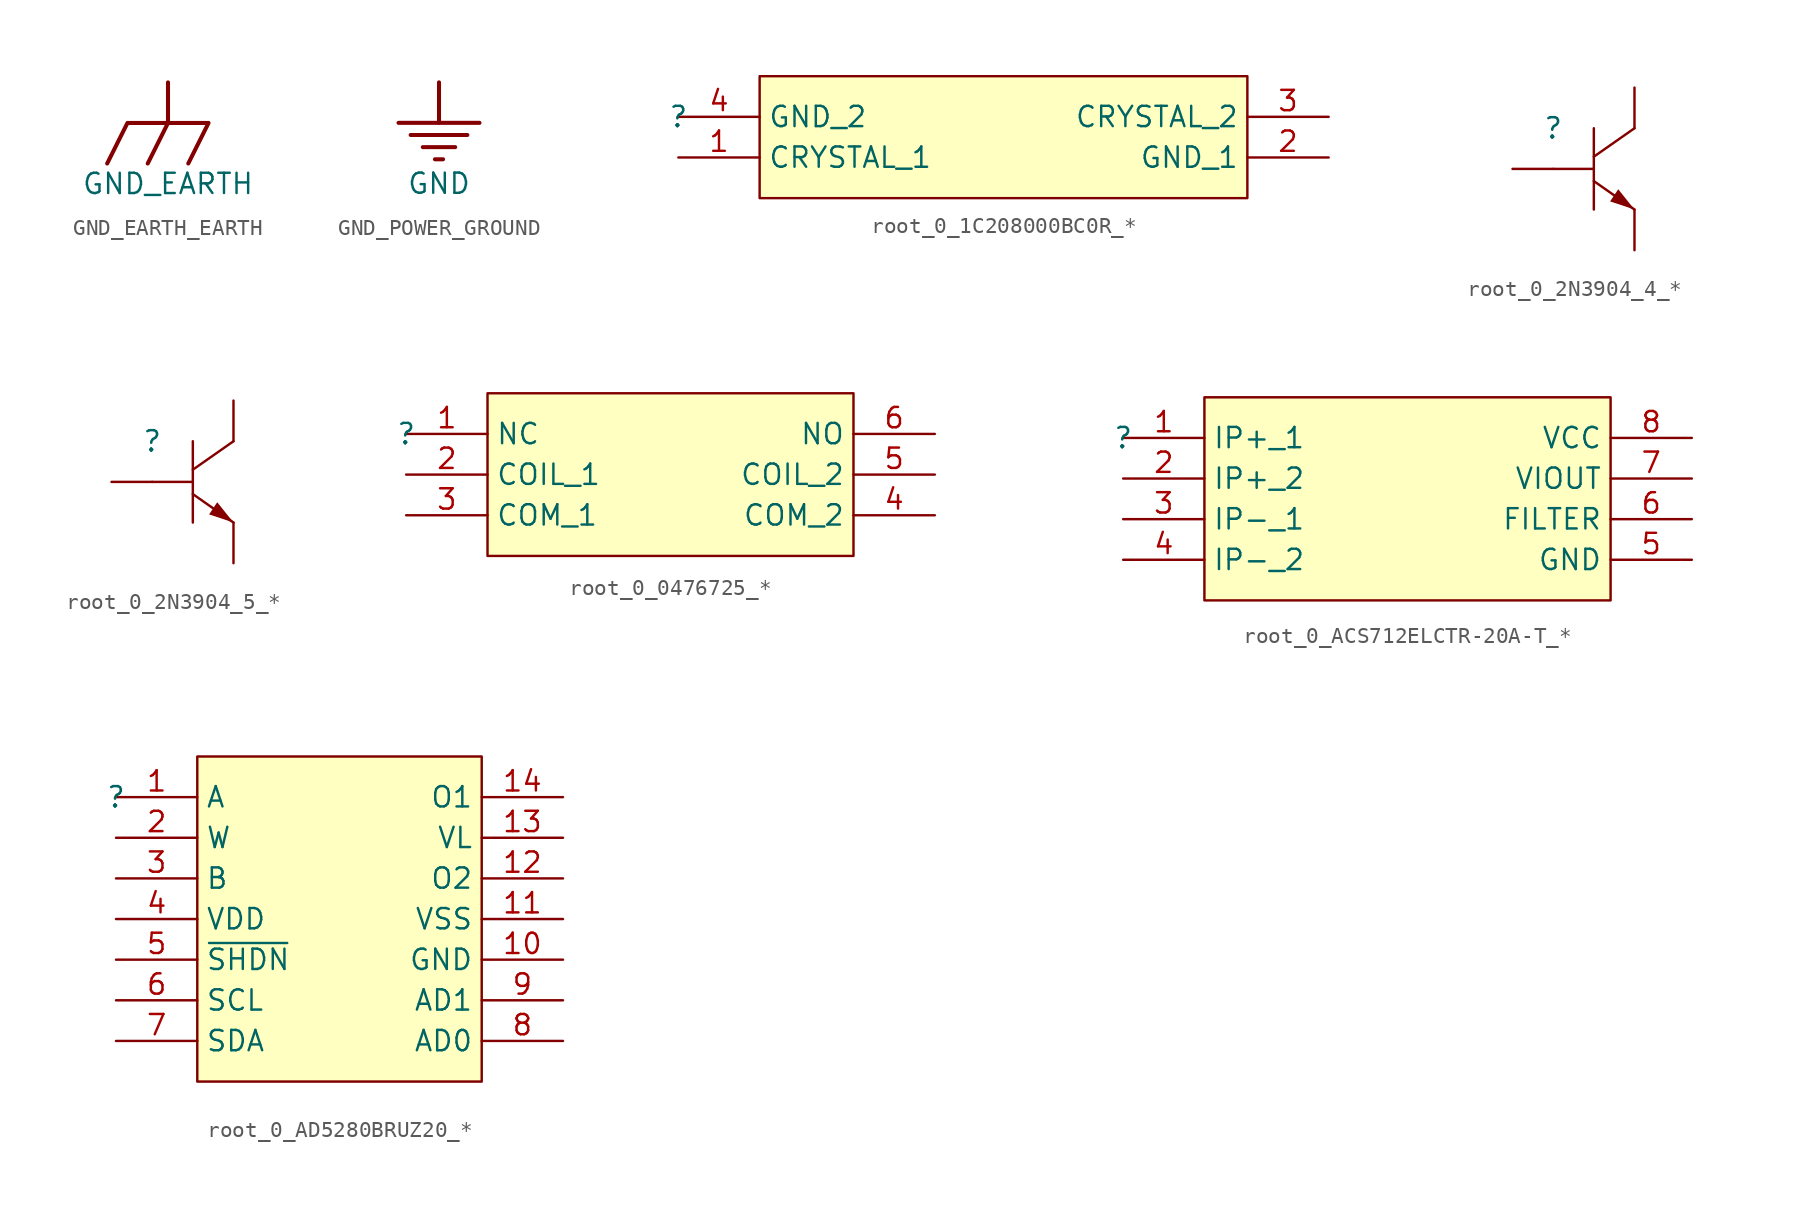
<source format=kicad_sym>
(kicad_symbol_lib
  (version 20241209)
  (generator "kicad_symbol_editor")
  (generator_version "9.0")
  (symbol "GND_EARTH_EARTH"
    (power)
    (property "Reference" "#PWR"
      (at 0 0 0)
      (effects (font (size 1.27 1.27)) (hide yes)))
    (property "Value" "GND_EARTH"
      (at 0 -6.35 0)
      (effects (font (size 1.27 1.27))))
    (symbol "GND_EARTH_EARTH_0_0"
      (polyline (pts (xy -3.81 -5.08) (xy -2.54 -2.54) (xy 2.54 -2.54) (xy 1.27 -5.08)) (stroke (width 0.254) (type solid)) (fill (type none)))
      (polyline (pts (xy 0 0) (xy 0 -2.54)) (stroke (width 0.254) (type solid)) (fill (type none)))
      (polyline (pts (xy 0 -2.54) (xy -1.27 -5.08)) (stroke (width 0.254) (type solid)) (fill (type none)))
      (pin power_in line (at 0 0 0) (length 0) (hide yes) (name "GND_EARTH" (effects (font (size 1.27 1.27)))) (number "" (effects (font (size 1.27 1.27)))))))
  (symbol "GND_POWER_GROUND"
    (power)
    (property "Reference" "#PWR"
      (at 0 0 0)
      (effects (font (size 1.27 1.27)) (hide yes)))
    (property "Value" "GND"
      (at 0 -6.35 0)
      (effects (font (size 1.27 1.27))))
    (symbol "GND_POWER_GROUND_0_0"
      (polyline (pts (xy -2.54 -2.54) (xy 2.54 -2.54)) (stroke (width 0.254) (type solid)) (fill (type none)))
      (polyline (pts (xy -1.778 -3.302) (xy 1.778 -3.302)) (stroke (width 0.254) (type solid)) (fill (type none)))
      (polyline (pts (xy -1.016 -4.064) (xy 1.016 -4.064)) (stroke (width 0.254) (type solid)) (fill (type none)))
      (polyline (pts (xy -0.254 -4.826) (xy 0.254 -4.826)) (stroke (width 0.254) (type solid)) (fill (type none)))
      (polyline (pts (xy 0 0) (xy 0 -2.54)) (stroke (width 0.254) (type solid)) (fill (type none)))
      (pin power_in line (at 0 0 0) (length 0) (hide yes) (name "GND" (effects (font (size 1.27 1.27)))) (number "" (effects (font (size 1.27 1.27)))))))
  (symbol "root_0_1C208000BC0R_*"
    (property "Reference" ""
      (at 0 0 0)
      (effects (font (size 1.27 1.27))))
    (property "Value" ""
      (at 0 0 0)
      (effects (font (size 1.27 1.27))))
    (symbol "root_0_1C208000BC0R_*_1_0"
      (rectangle (start 35.56 2.54) (end 5.08 -5.08) (stroke (width 0) (type solid) (color 128 0 0 1)) (fill (type background)))
      (pin passive line (at 0 0 0) (length 5.08) (name "GND_2" (effects (font (size 1.27 1.27)))) (number "4" (effects (font (size 1.27 1.27)))))
      (pin passive line (at 0 -2.54 0) (length 5.08) (name "CRYSTAL_1" (effects (font (size 1.27 1.27)))) (number "1" (effects (font (size 1.27 1.27)))))
      (pin passive line (at 40.64 0 180) (length 5.08) (name "CRYSTAL_2" (effects (font (size 1.27 1.27)))) (number "3" (effects (font (size 1.27 1.27)))))
      (pin passive line (at 40.64 -2.54 180) (length 5.08) (name "GND_1" (effects (font (size 1.27 1.27)))) (number "2" (effects (font (size 1.27 1.27)))))))
  (symbol "root_0_2N3904_4_*"
    (pin_numbers
      (hide yes))
    (pin_names
      (hide yes))
    (property "Reference" ""
      (at 0 0 0)
      (effects (font (size 1.27 1.27))))
    (property "Value" ""
      (at 0 0 0)
      (effects (font (size 1.27 1.27))))
    (symbol "root_0_2N3904_4_*_1_0"
      (polyline (pts (xy 2.54 0) (xy 2.54 -5.08)) (stroke (width 0) (type solid)) (fill (type none)))
      (polyline (pts (xy 2.54 -2.54) (xy 0 -2.54)) (stroke (width 0) (type solid)) (fill (type none)))
      (polyline (pts (xy 2.54 -3.302) (xy 5.08 -5.08)) (stroke (width 0) (type solid)) (fill (type none)))
      (polyline (pts (xy 5.08 0) (xy 2.54 -1.778)) (stroke (width 0) (type solid)) (fill (type none)))
      (polyline (pts (xy 5.08 -5.08) (xy 4.064 -3.81) (xy 3.556 -4.572) (xy 5.08 -5.08) (xy 5.08 -5.08)) (stroke (width -0.0001) (type solid)) (fill (type outline)))
      (pin input line (at -2.54 -2.54 0) (length 2.54) (name "BASE" (effects (font (size 1.27 1.27)))) (number "3" (effects (font (size 1.27 1.27)))))
      (pin passive line (at 5.08 2.54 270) (length 2.54) (name "COLLECTOR" (effects (font (size 1.27 1.27)))) (number "2" (effects (font (size 1.27 1.27)))))
      (pin passive line (at 5.08 -7.62 90) (length 2.54) (name "EMITTER" (effects (font (size 1.27 1.27)))) (number "1" (effects (font (size 1.27 1.27)))))))
  (symbol "root_0_2N3904_5_*"
    (pin_numbers
      (hide yes))
    (pin_names
      (hide yes))
    (property "Reference" ""
      (at 0 0 0)
      (effects (font (size 1.27 1.27))))
    (property "Value" ""
      (at 0 0 0)
      (effects (font (size 1.27 1.27))))
    (symbol "root_0_2N3904_5_*_1_0"
      (polyline (pts (xy 2.54 0) (xy 2.54 -5.08)) (stroke (width 0) (type solid)) (fill (type none)))
      (polyline (pts (xy 2.54 -2.54) (xy 0 -2.54)) (stroke (width 0) (type solid)) (fill (type none)))
      (polyline (pts (xy 2.54 -3.302) (xy 5.08 -5.08)) (stroke (width 0) (type solid)) (fill (type none)))
      (polyline (pts (xy 5.08 0) (xy 2.54 -1.778)) (stroke (width 0) (type solid)) (fill (type none)))
      (polyline (pts (xy 5.08 -5.08) (xy 4.064 -3.81) (xy 3.556 -4.572) (xy 5.08 -5.08) (xy 5.08 -5.08)) (stroke (width -0.0001) (type solid)) (fill (type outline)))
      (pin input line (at -2.54 -2.54 0) (length 2.54) (name "BASE" (effects (font (size 1.27 1.27)))) (number "3" (effects (font (size 1.27 1.27)))))
      (pin passive line (at 5.08 2.54 270) (length 2.54) (name "COLLECTOR" (effects (font (size 1.27 1.27)))) (number "2" (effects (font (size 1.27 1.27)))))
      (pin passive line (at 5.08 -7.62 90) (length 2.54) (name "EMITTER" (effects (font (size 1.27 1.27)))) (number "1" (effects (font (size 1.27 1.27)))))))
  (symbol "root_0_0476725_*"
    (property "Reference" ""
      (at 0 0 0)
      (effects (font (size 1.27 1.27))))
    (property "Value" ""
      (at 0 0 0)
      (effects (font (size 1.27 1.27))))
    (symbol "root_0_0476725_*_1_0"
      (rectangle (start 27.94 2.54) (end 5.08 -7.62) (stroke (width 0) (type solid) (color 128 0 0 1)) (fill (type background)))
      (pin passive line (at 0 0 0) (length 5.08) (name "NC" (effects (font (size 1.27 1.27)))) (number "1" (effects (font (size 1.27 1.27)))))
      (pin passive line (at 0 -2.54 0) (length 5.08) (name "COIL_1" (effects (font (size 1.27 1.27)))) (number "2" (effects (font (size 1.27 1.27)))))
      (pin passive line (at 0 -5.08 0) (length 5.08) (name "COM_1" (effects (font (size 1.27 1.27)))) (number "3" (effects (font (size 1.27 1.27)))))
      (pin passive line (at 33.02 0 180) (length 5.08) (name "NO" (effects (font (size 1.27 1.27)))) (number "6" (effects (font (size 1.27 1.27)))))
      (pin passive line (at 33.02 -2.54 180) (length 5.08) (name "COIL_2" (effects (font (size 1.27 1.27)))) (number "5" (effects (font (size 1.27 1.27)))))
      (pin passive line (at 33.02 -5.08 180) (length 5.08) (name "COM_2" (effects (font (size 1.27 1.27)))) (number "4" (effects (font (size 1.27 1.27)))))))
  (symbol "root_0_ACS712ELCTR-20A-T_*"
    (property "Reference" ""
      (at 0 0 0)
      (effects (font (size 1.27 1.27))))
    (property "Value" ""
      (at 0 0 0)
      (effects (font (size 1.27 1.27))))
    (symbol "root_0_ACS712ELCTR-20A-T_*_1_0"
      (rectangle (start 30.48 2.54) (end 5.08 -10.16) (stroke (width 0) (type solid) (color 128 0 0 1)) (fill (type background)))
      (pin passive line (at 0 0 0) (length 5.08) (name "IP+_1" (effects (font (size 1.27 1.27)))) (number "1" (effects (font (size 1.27 1.27)))))
      (pin passive line (at 0 -2.54 0) (length 5.08) (name "IP+_2" (effects (font (size 1.27 1.27)))) (number "2" (effects (font (size 1.27 1.27)))))
      (pin passive line (at 0 -5.08 0) (length 5.08) (name "IP-_1" (effects (font (size 1.27 1.27)))) (number "3" (effects (font (size 1.27 1.27)))))
      (pin passive line (at 0 -7.62 0) (length 5.08) (name "IP-_2" (effects (font (size 1.27 1.27)))) (number "4" (effects (font (size 1.27 1.27)))))
      (pin passive line (at 35.56 0 180) (length 5.08) (name "VCC" (effects (font (size 1.27 1.27)))) (number "8" (effects (font (size 1.27 1.27)))))
      (pin passive line (at 35.56 -2.54 180) (length 5.08) (name "VIOUT" (effects (font (size 1.27 1.27)))) (number "7" (effects (font (size 1.27 1.27)))))
      (pin passive line (at 35.56 -5.08 180) (length 5.08) (name "FILTER" (effects (font (size 1.27 1.27)))) (number "6" (effects (font (size 1.27 1.27)))))
      (pin passive line (at 35.56 -7.62 180) (length 5.08) (name "GND" (effects (font (size 1.27 1.27)))) (number "5" (effects (font (size 1.27 1.27)))))))
  (symbol "root_0_AD5280BRUZ20_*"
    (property "Reference" ""
      (at 0 0 0)
      (effects (font (size 1.27 1.27))))
    (property "Value" ""
      (at 0 0 0)
      (effects (font (size 1.27 1.27))))
    (symbol "root_0_AD5280BRUZ20_*_1_0"
      (rectangle (start 22.86 2.54) (end 5.08 -17.78) (stroke (width 0) (type solid) (color 128 0 0 1)) (fill (type background)))
      (pin passive line (at 0 0 0) (length 5.08) (name "A" (effects (font (size 1.27 1.27)))) (number "1" (effects (font (size 1.27 1.27)))))
      (pin passive line (at 0 -2.54 0) (length 5.08) (name "W" (effects (font (size 1.27 1.27)))) (number "2" (effects (font (size 1.27 1.27)))))
      (pin passive line (at 0 -5.08 0) (length 5.08) (name "B" (effects (font (size 1.27 1.27)))) (number "3" (effects (font (size 1.27 1.27)))))
      (pin power_in line (at 0 -7.62 0) (length 5.08) (name "VDD" (effects (font (size 1.27 1.27)))) (number "4" (effects (font (size 1.27 1.27)))))
      (pin passive line (at 0 -10.16 0) (length 5.08) (name "~{SHDN}" (effects (font (size 1.27 1.27)))) (number "5" (effects (font (size 1.27 1.27)))))
      (pin passive line (at 0 -12.7 0) (length 5.08) (name "SCL" (effects (font (size 1.27 1.27)))) (number "6" (effects (font (size 1.27 1.27)))))
      (pin passive line (at 0 -15.24 0) (length 5.08) (name "SDA" (effects (font (size 1.27 1.27)))) (number "7" (effects (font (size 1.27 1.27)))))
      (pin passive line (at 27.94 0 180) (length 5.08) (name "O1" (effects (font (size 1.27 1.27)))) (number "14" (effects (font (size 1.27 1.27)))))
      (pin passive line (at 27.94 -2.54 180) (length 5.08) (name "VL" (effects (font (size 1.27 1.27)))) (number "13" (effects (font (size 1.27 1.27)))))
      (pin passive line (at 27.94 -5.08 180) (length 5.08) (name "O2" (effects (font (size 1.27 1.27)))) (number "12" (effects (font (size 1.27 1.27)))))
      (pin power_in line (at 27.94 -7.62 180) (length 5.08) (name "VSS" (effects (font (size 1.27 1.27)))) (number "11" (effects (font (size 1.27 1.27)))))
      (pin power_in line (at 27.94 -10.16 180) (length 5.08) (name "GND" (effects (font (size 1.27 1.27)))) (number "10" (effects (font (size 1.27 1.27)))))
      (pin passive line (at 27.94 -12.7 180) (length 5.08) (name "AD1" (effects (font (size 1.27 1.27)))) (number "9" (effects (font (size 1.27 1.27)))))
      (pin passive line (at 27.94 -15.24 180) (length 5.08) (name "AD0" (effects (font (size 1.27 1.27)))) (number "8" (effects (font (size 1.27 1.27))))))))
</source>
